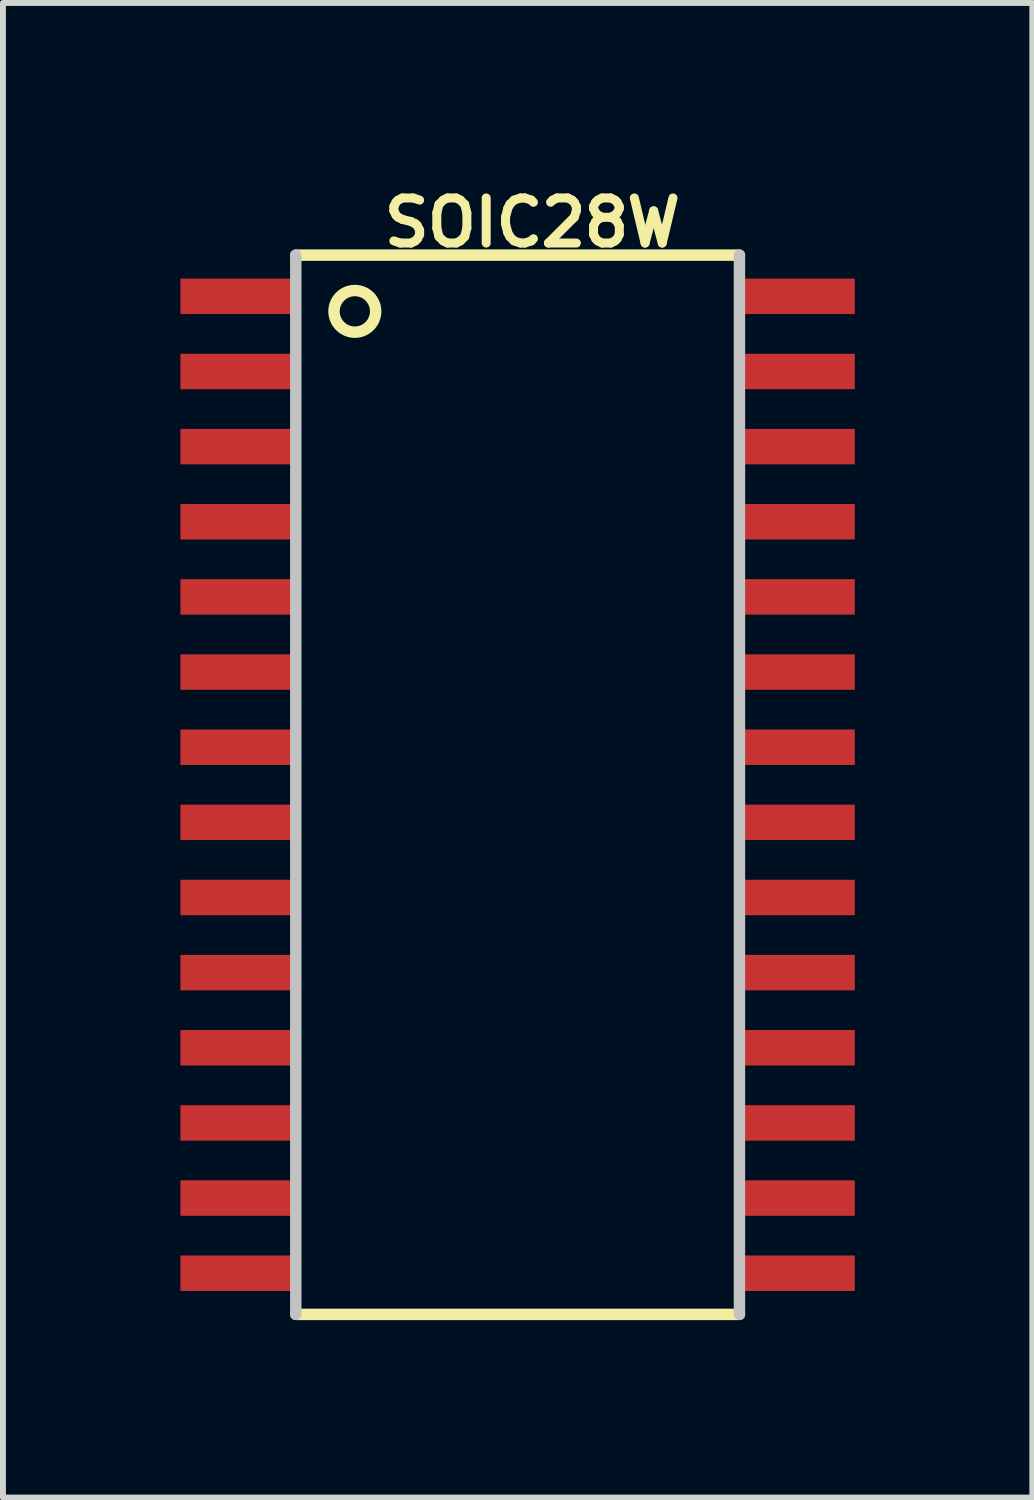
<source format=kicad_pcb>
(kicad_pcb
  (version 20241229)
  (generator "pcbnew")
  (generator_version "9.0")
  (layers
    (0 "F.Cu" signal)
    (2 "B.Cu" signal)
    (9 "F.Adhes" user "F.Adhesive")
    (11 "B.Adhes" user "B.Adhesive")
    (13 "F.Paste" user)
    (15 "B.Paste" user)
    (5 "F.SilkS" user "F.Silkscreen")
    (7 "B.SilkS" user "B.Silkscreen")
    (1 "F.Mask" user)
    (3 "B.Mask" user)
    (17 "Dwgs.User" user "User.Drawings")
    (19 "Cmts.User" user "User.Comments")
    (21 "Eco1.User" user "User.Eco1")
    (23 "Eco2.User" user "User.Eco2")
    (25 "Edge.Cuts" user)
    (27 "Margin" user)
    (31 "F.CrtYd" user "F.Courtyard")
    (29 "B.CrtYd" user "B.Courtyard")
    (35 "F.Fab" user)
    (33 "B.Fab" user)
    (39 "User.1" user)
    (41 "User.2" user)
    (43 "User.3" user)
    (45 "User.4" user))
  (footprint "SOIC28W"
    (layer "F.Cu")
    (at 5.698 10.213)
    (property "Reference" "SOIC28W" (at 0.249 -9.5 0) (layer "F.SilkS") (effects (font (size 0.762 0.762) (thickness 0.152))))
    (attr through_hole)
    (fp_line (start -3.749 -8.951) (end 3.749 -8.951) (stroke (width 0.193) (type solid)) (layer "F.SilkS"))
    (fp_line (start 3.749 8.951) (end -3.749 8.951) (stroke (width 0.193) (type solid)) (layer "F.SilkS"))
    (fp_circle (center -2.751 -8.001) (end -3 -8.25) (stroke (width 0.193) (type solid)) (fill no) (layer "F.SilkS"))
    (fp_line (start -3.749 8.951) (end -3.749 -8.951) (stroke (width 0.193) (type solid)) (layer "Dwgs.User"))
    (fp_line (start 3.749 -8.951) (end 3.749 8.951) (stroke (width 0.193) (type solid)) (layer "Dwgs.User"))
    (pad "1" smd rect (at -4.699 -8.255) (size 1.999 0.599) (layers "F.Cu" "F.Mask" "F.Paste"))
    (pad "2" smd rect (at -4.699 -6.985) (size 1.999 0.599) (layers "F.Cu" "F.Mask" "F.Paste"))
    (pad "3" smd rect (at -4.699 -5.715) (size 1.999 0.599) (layers "F.Cu" "F.Mask" "F.Paste"))
    (pad "4" smd rect (at -4.699 -4.445) (size 1.999 0.599) (layers "F.Cu" "F.Mask" "F.Paste"))
    (pad "5" smd rect (at -4.699 -3.175) (size 1.999 0.599) (layers "F.Cu" "F.Mask" "F.Paste"))
    (pad "6" smd rect (at -4.699 -1.905) (size 1.999 0.599) (layers "F.Cu" "F.Mask" "F.Paste"))
    (pad "7" smd rect (at -4.699 -0.635) (size 1.999 0.599) (layers "F.Cu" "F.Mask" "F.Paste"))
    (pad "8" smd rect (at -4.699 0.635) (size 1.999 0.599) (layers "F.Cu" "F.Mask" "F.Paste"))
    (pad "9" smd rect (at -4.699 1.905) (size 1.999 0.599) (layers "F.Cu" "F.Mask" "F.Paste"))
    (pad "10" smd rect (at -4.699 3.175) (size 1.999 0.599) (layers "F.Cu" "F.Mask" "F.Paste"))
    (pad "11" smd rect (at -4.699 4.445) (size 1.999 0.599) (layers "F.Cu" "F.Mask" "F.Paste"))
    (pad "12" smd rect (at -4.699 5.715) (size 1.999 0.599) (layers "F.Cu" "F.Mask" "F.Paste"))
    (pad "13" smd rect (at -4.699 6.985) (size 1.999 0.599) (layers "F.Cu" "F.Mask" "F.Paste"))
    (pad "14" smd rect (at -4.699 8.255) (size 1.999 0.599) (layers "F.Cu" "F.Mask" "F.Paste"))
    (pad "15" smd rect (at 4.699 8.255) (size 1.999 0.599) (layers "F.Cu" "F.Mask" "F.Paste"))
    (pad "16" smd rect (at 4.699 6.985) (size 1.999 0.599) (layers "F.Cu" "F.Mask" "F.Paste"))
    (pad "17" smd rect (at 4.699 5.715) (size 1.999 0.599) (layers "F.Cu" "F.Mask" "F.Paste"))
    (pad "18" smd rect (at 4.699 4.445) (size 1.999 0.599) (layers "F.Cu" "F.Mask" "F.Paste"))
    (pad "19" smd rect (at 4.699 3.175) (size 1.999 0.599) (layers "F.Cu" "F.Mask" "F.Paste"))
    (pad "20" smd rect (at 4.699 1.905) (size 1.999 0.599) (layers "F.Cu" "F.Mask" "F.Paste"))
    (pad "21" smd rect (at 4.699 0.635) (size 1.999 0.599) (layers "F.Cu" "F.Mask" "F.Paste"))
    (pad "22" smd rect (at 4.699 -0.635) (size 1.999 0.599) (layers "F.Cu" "F.Mask" "F.Paste"))
    (pad "23" smd rect (at 4.699 -1.905) (size 1.999 0.599) (layers "F.Cu" "F.Mask" "F.Paste"))
    (pad "24" smd rect (at 4.699 -3.175) (size 1.999 0.599) (layers "F.Cu" "F.Mask" "F.Paste"))
    (pad "25" smd rect (at 4.699 -4.445) (size 1.999 0.599) (layers "F.Cu" "F.Mask" "F.Paste"))
    (pad "26" smd rect (at 4.699 -5.715) (size 1.999 0.599) (layers "F.Cu" "F.Mask" "F.Paste"))
    (pad "27" smd rect (at 4.699 -6.985) (size 1.999 0.599) (layers "F.Cu" "F.Mask" "F.Paste"))
    (pad "28" smd rect (at 4.699 -8.255) (size 1.999 0.599) (layers "F.Cu" "F.Mask" "F.Paste")))
  (gr_rect
    (start -3 -3)
    (end 14.397 22.26)
    (stroke (width 0.1) (type default))
    (fill no)
    (layer "Edge.Cuts")))
</source>
